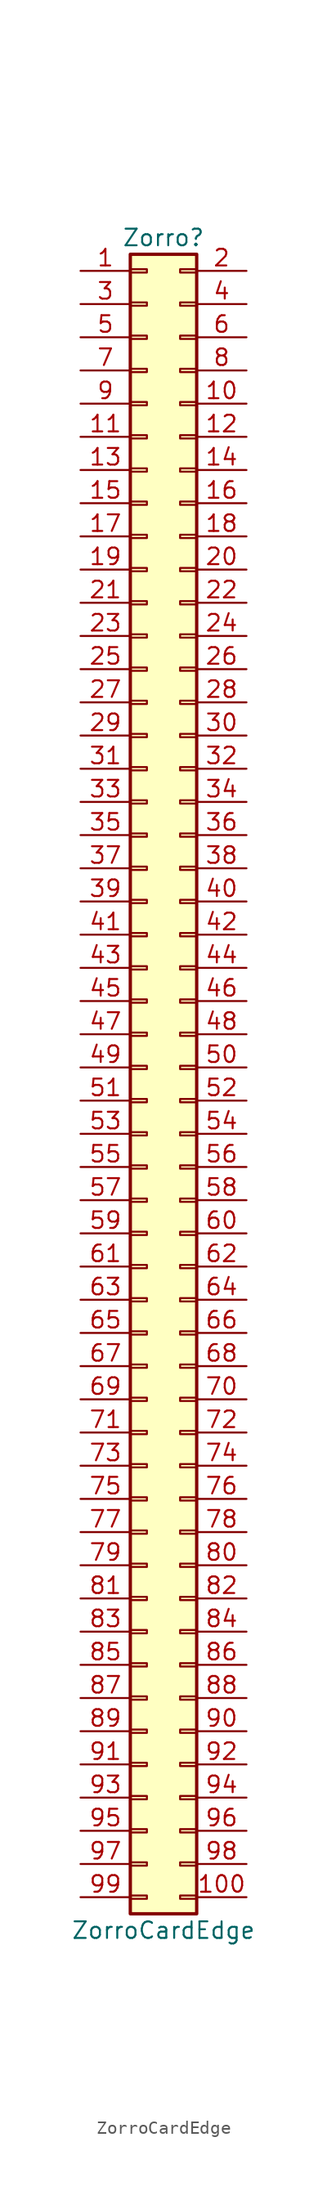
<source format=kicad_sym>
(kicad_symbol_lib
  (version 20220914)
  (generator kicad_symbol_editor)
  (symbol "ZorroCardEdge"
    (pin_names
      (offset 1.016) hide)
    (property "Reference" "Zorro"
      (at 1.27 48.26 0)
      (effects (font (size 1.27 1.27))))
    (property "Value" "ZorroCardEdge"
      (at 1.27 -81.28 0)
      (effects (font (size 1.27 1.27))))
    (symbol "ZorroCardEdge_0_1"
      (rectangle (start -1.27 -78.613) (end 0 -78.867) (stroke (width 0.152) (type solid)) (fill (type none)))
      (rectangle (start -1.27 -76.073) (end 0 -76.327) (stroke (width 0.152) (type solid)) (fill (type none)))
      (rectangle (start -1.27 -73.533) (end 0 -73.787) (stroke (width 0.152) (type solid)) (fill (type none)))
      (rectangle (start -1.27 -70.993) (end 0 -71.247) (stroke (width 0.152) (type solid)) (fill (type none)))
      (rectangle (start -1.27 -68.453) (end 0 -68.707) (stroke (width 0.152) (type solid)) (fill (type none)))
      (rectangle (start -1.27 -65.913) (end 0 -66.167) (stroke (width 0.152) (type solid)) (fill (type none)))
      (rectangle (start -1.27 -63.373) (end 0 -63.627) (stroke (width 0.152) (type solid)) (fill (type none)))
      (rectangle (start -1.27 -60.833) (end 0 -61.087) (stroke (width 0.152) (type solid)) (fill (type none)))
      (rectangle (start -1.27 -58.293) (end 0 -58.547) (stroke (width 0.152) (type solid)) (fill (type none)))
      (rectangle (start -1.27 -55.753) (end 0 -56.007) (stroke (width 0.152) (type solid)) (fill (type none)))
      (rectangle (start -1.27 -53.213) (end 0 -53.467) (stroke (width 0.152) (type solid)) (fill (type none)))
      (rectangle (start -1.27 -50.673) (end 0 -50.927) (stroke (width 0.152) (type solid)) (fill (type none)))
      (rectangle (start 3.81 -78.613) (end 2.54 -78.867) (stroke (width 0.152) (type solid)) (fill (type none)))
      (rectangle (start 3.81 -76.073) (end 2.54 -76.327) (stroke (width 0.152) (type solid)) (fill (type none)))
      (rectangle (start 3.81 -73.533) (end 2.54 -73.787) (stroke (width 0.152) (type solid)) (fill (type none)))
      (rectangle (start 3.81 -70.993) (end 2.54 -71.247) (stroke (width 0.152) (type solid)) (fill (type none)))
      (rectangle (start 3.81 -68.453) (end 2.54 -68.707) (stroke (width 0.152) (type solid)) (fill (type none)))
      (rectangle (start 3.81 -65.913) (end 2.54 -66.167) (stroke (width 0.152) (type solid)) (fill (type none)))
      (rectangle (start 3.81 -63.373) (end 2.54 -63.627) (stroke (width 0.152) (type solid)) (fill (type none)))
      (rectangle (start 3.81 -60.833) (end 2.54 -61.087) (stroke (width 0.152) (type solid)) (fill (type none)))
      (rectangle (start 3.81 -58.293) (end 2.54 -58.547) (stroke (width 0.152) (type solid)) (fill (type none)))
      (rectangle (start 3.81 -56.007) (end 2.54 -55.753) (stroke (width 0.152) (type solid)) (fill (type none)))
      (rectangle (start 3.81 -53.467) (end 2.54 -53.213) (stroke (width 0.152) (type solid)) (fill (type none)))
      (rectangle (start 3.81 -50.927) (end 2.54 -50.673) (stroke (width 0.152) (type solid)) (fill (type none)))
      (rectangle (start 3.81 -45.847) (end 2.54 -45.593) (stroke (width 0.152) (type solid)) (fill (type none))))
    (symbol "ZorroCardEdge_1_1"
      (rectangle (start -1.27 -48.133) (end 0 -48.387) (stroke (width 0.152) (type solid)) (fill (type none)))
      (rectangle (start -1.27 -45.593) (end 0 -45.847) (stroke (width 0.152) (type solid)) (fill (type none)))
      (rectangle (start -1.27 -43.053) (end 0 -43.307) (stroke (width 0.152) (type solid)) (fill (type none)))
      (rectangle (start -1.27 -40.513) (end 0 -40.767) (stroke (width 0.152) (type solid)) (fill (type none)))
      (rectangle (start -1.27 -37.973) (end 0 -38.227) (stroke (width 0.152) (type solid)) (fill (type none)))
      (rectangle (start -1.27 -35.433) (end 0 -35.687) (stroke (width 0.152) (type solid)) (fill (type none)))
      (rectangle (start -1.27 -32.893) (end 0 -33.147) (stroke (width 0.152) (type solid)) (fill (type none)))
      (rectangle (start -1.27 -30.353) (end 0 -30.607) (stroke (width 0.152) (type solid)) (fill (type none)))
      (rectangle (start -1.27 -27.813) (end 0 -28.067) (stroke (width 0.152) (type solid)) (fill (type none)))
      (rectangle (start -1.27 -25.273) (end 0 -25.527) (stroke (width 0.152) (type solid)) (fill (type none)))
      (rectangle (start -1.27 -22.733) (end 0 -22.987) (stroke (width 0.152) (type solid)) (fill (type none)))
      (rectangle (start -1.27 -20.193) (end 0 -20.447) (stroke (width 0.152) (type solid)) (fill (type none)))
      (rectangle (start -1.27 -17.653) (end 0 -17.907) (stroke (width 0.152) (type solid)) (fill (type none)))
      (rectangle (start -1.27 -15.113) (end 0 -15.367) (stroke (width 0.152) (type solid)) (fill (type none)))
      (rectangle (start -1.27 -12.573) (end 0 -12.827) (stroke (width 0.152) (type solid)) (fill (type none)))
      (rectangle (start -1.27 -10.033) (end 0 -10.287) (stroke (width 0.152) (type solid)) (fill (type none)))
      (rectangle (start -1.27 -7.493) (end 0 -7.747) (stroke (width 0.152) (type solid)) (fill (type none)))
      (rectangle (start -1.27 -4.953) (end 0 -5.207) (stroke (width 0.152) (type solid)) (fill (type none)))
      (rectangle (start -1.27 -2.413) (end 0 -2.667) (stroke (width 0.152) (type solid)) (fill (type none)))
      (rectangle (start -1.27 0.127) (end 0 -0.127) (stroke (width 0.152) (type solid)) (fill (type none)))
      (rectangle (start -1.27 2.667) (end 0 2.413) (stroke (width 0.152) (type solid)) (fill (type none)))
      (rectangle (start -1.27 5.207) (end 0 4.953) (stroke (width 0.152) (type solid)) (fill (type none)))
      (rectangle (start -1.27 7.747) (end 0 7.493) (stroke (width 0.152) (type solid)) (fill (type none)))
      (rectangle (start -1.27 10.287) (end 0 10.033) (stroke (width 0.152) (type solid)) (fill (type none)))
      (rectangle (start -1.27 12.827) (end 0 12.573) (stroke (width 0.152) (type solid)) (fill (type none)))
      (rectangle (start -1.27 15.367) (end 0 15.113) (stroke (width 0.152) (type solid)) (fill (type none)))
      (rectangle (start -1.27 17.907) (end 0 17.653) (stroke (width 0.152) (type solid)) (fill (type none)))
      (rectangle (start -1.27 20.447) (end 0 20.193) (stroke (width 0.152) (type solid)) (fill (type none)))
      (rectangle (start -1.27 22.987) (end 0 22.733) (stroke (width 0.152) (type solid)) (fill (type none)))
      (rectangle (start -1.27 25.527) (end 0 25.273) (stroke (width 0.152) (type solid)) (fill (type none)))
      (rectangle (start -1.27 28.067) (end 0 27.813) (stroke (width 0.152) (type solid)) (fill (type none)))
      (rectangle (start -1.27 30.607) (end 0 30.353) (stroke (width 0.152) (type solid)) (fill (type none)))
      (rectangle (start -1.27 33.147) (end 0 32.893) (stroke (width 0.152) (type solid)) (fill (type none)))
      (rectangle (start -1.27 35.687) (end 0 35.433) (stroke (width 0.152) (type solid)) (fill (type none)))
      (rectangle (start -1.27 38.227) (end 0 37.973) (stroke (width 0.152) (type solid)) (fill (type none)))
      (rectangle (start -1.27 40.767) (end 0 40.513) (stroke (width 0.152) (type solid)) (fill (type none)))
      (rectangle (start -1.27 43.307) (end 0 43.053) (stroke (width 0.152) (type solid)) (fill (type none)))
      (rectangle (start -1.27 45.847) (end 0 45.593) (stroke (width 0.152) (type solid)) (fill (type none)))
      (rectangle (start -1.27 46.99) (end 3.81 -80.01) (stroke (width 0.254) (type solid)) (fill (type background)))
      (rectangle (start 3.81 -48.133) (end 2.54 -48.387) (stroke (width 0.152) (type solid)) (fill (type none)))
      (rectangle (start 3.81 -43.053) (end 2.54 -43.307) (stroke (width 0.152) (type solid)) (fill (type none)))
      (rectangle (start 3.81 -40.513) (end 2.54 -40.767) (stroke (width 0.152) (type solid)) (fill (type none)))
      (rectangle (start 3.81 -37.973) (end 2.54 -38.227) (stroke (width 0.152) (type solid)) (fill (type none)))
      (rectangle (start 3.81 -35.433) (end 2.54 -35.687) (stroke (width 0.152) (type solid)) (fill (type none)))
      (rectangle (start 3.81 -32.893) (end 2.54 -33.147) (stroke (width 0.152) (type solid)) (fill (type none)))
      (rectangle (start 3.81 -30.353) (end 2.54 -30.607) (stroke (width 0.152) (type solid)) (fill (type none)))
      (rectangle (start 3.81 -27.813) (end 2.54 -28.067) (stroke (width 0.152) (type solid)) (fill (type none)))
      (rectangle (start 3.81 -25.273) (end 2.54 -25.527) (stroke (width 0.152) (type solid)) (fill (type none)))
      (rectangle (start 3.81 -22.733) (end 2.54 -22.987) (stroke (width 0.152) (type solid)) (fill (type none)))
      (rectangle (start 3.81 -20.193) (end 2.54 -20.447) (stroke (width 0.152) (type solid)) (fill (type none)))
      (rectangle (start 3.81 -17.653) (end 2.54 -17.907) (stroke (width 0.152) (type solid)) (fill (type none)))
      (rectangle (start 3.81 -15.113) (end 2.54 -15.367) (stroke (width 0.152) (type solid)) (fill (type none)))
      (rectangle (start 3.81 -12.573) (end 2.54 -12.827) (stroke (width 0.152) (type solid)) (fill (type none)))
      (rectangle (start 3.81 -10.033) (end 2.54 -10.287) (stroke (width 0.152) (type solid)) (fill (type none)))
      (rectangle (start 3.81 -7.493) (end 2.54 -7.747) (stroke (width 0.152) (type solid)) (fill (type none)))
      (rectangle (start 3.81 -4.953) (end 2.54 -5.207) (stroke (width 0.152) (type solid)) (fill (type none)))
      (rectangle (start 3.81 -2.413) (end 2.54 -2.667) (stroke (width 0.152) (type solid)) (fill (type none)))
      (rectangle (start 3.81 0.127) (end 2.54 -0.127) (stroke (width 0.152) (type solid)) (fill (type none)))
      (rectangle (start 3.81 2.667) (end 2.54 2.413) (stroke (width 0.152) (type solid)) (fill (type none)))
      (rectangle (start 3.81 5.207) (end 2.54 4.953) (stroke (width 0.152) (type solid)) (fill (type none)))
      (rectangle (start 3.81 7.747) (end 2.54 7.493) (stroke (width 0.152) (type solid)) (fill (type none)))
      (rectangle (start 3.81 10.287) (end 2.54 10.033) (stroke (width 0.152) (type solid)) (fill (type none)))
      (rectangle (start 3.81 12.827) (end 2.54 12.573) (stroke (width 0.152) (type solid)) (fill (type none)))
      (rectangle (start 3.81 15.367) (end 2.54 15.113) (stroke (width 0.152) (type solid)) (fill (type none)))
      (rectangle (start 3.81 17.907) (end 2.54 17.653) (stroke (width 0.152) (type solid)) (fill (type none)))
      (rectangle (start 3.81 20.447) (end 2.54 20.193) (stroke (width 0.152) (type solid)) (fill (type none)))
      (rectangle (start 3.81 22.987) (end 2.54 22.733) (stroke (width 0.152) (type solid)) (fill (type none)))
      (rectangle (start 3.81 25.527) (end 2.54 25.273) (stroke (width 0.152) (type solid)) (fill (type none)))
      (rectangle (start 3.81 28.067) (end 2.54 27.813) (stroke (width 0.152) (type solid)) (fill (type none)))
      (rectangle (start 3.81 30.607) (end 2.54 30.353) (stroke (width 0.152) (type solid)) (fill (type none)))
      (rectangle (start 3.81 33.147) (end 2.54 32.893) (stroke (width 0.152) (type solid)) (fill (type none)))
      (rectangle (start 3.81 35.687) (end 2.54 35.433) (stroke (width 0.152) (type solid)) (fill (type none)))
      (rectangle (start 3.81 38.227) (end 2.54 37.973) (stroke (width 0.152) (type solid)) (fill (type none)))
      (rectangle (start 3.81 40.767) (end 2.54 40.513) (stroke (width 0.152) (type solid)) (fill (type none)))
      (rectangle (start 3.81 43.307) (end 2.54 43.053) (stroke (width 0.152) (type solid)) (fill (type none)))
      (rectangle (start 3.81 45.847) (end 2.54 45.593) (stroke (width 0.152) (type solid)) (fill (type none)))
      (pin power_in line (at -5.08 45.72 0) (length 3.81) (name "GND" (effects (font (size 1.27 1.27)))) (number "1" (effects (font (size 1.27 1.27)))))
      (pin power_in line (at 7.62 35.56 180) (length 3.81) (name "Pin_10" (effects (font (size 1.27 1.27)))) (number "10" (effects (font (size 1.27 1.27)))))
      (pin power_in line (at 7.62 -78.74 180) (length 3.81) (name "Pin100" (effects (font (size 1.27 1.27)))) (number "100" (effects (font (size 1.27 1.27)))))
      (pin output line (at -5.08 33.02 0) (length 3.81) (name "Pin_11" (effects (font (size 1.27 1.27)))) (number "11" (effects (font (size 1.27 1.27)))))
      (pin input line (at 7.62 33.02 180) (length 3.81) (name "Pin_12" (effects (font (size 1.27 1.27)))) (number "12" (effects (font (size 1.27 1.27)))))
      (pin power_in line (at -5.08 30.48 0) (length 3.81) (name "Pin_13" (effects (font (size 1.27 1.27)))) (number "13" (effects (font (size 1.27 1.27)))))
      (pin input line (at 7.62 30.48 180) (length 3.81) (name "Pin_14" (effects (font (size 1.27 1.27)))) (number "14" (effects (font (size 1.27 1.27)))))
      (pin input line (at -5.08 27.94 0) (length 3.81) (name "Pin_15" (effects (font (size 1.27 1.27)))) (number "15" (effects (font (size 1.27 1.27)))))
      (pin input line (at 7.62 27.94 180) (length 3.81) (name "Pin_16" (effects (font (size 1.27 1.27)))) (number "16" (effects (font (size 1.27 1.27)))))
      (pin output line (at -5.08 25.4 0) (length 3.81) (name "Pin_17" (effects (font (size 1.27 1.27)))) (number "17" (effects (font (size 1.27 1.27)))))
      (pin output line (at 7.62 25.4 180) (length 3.81) (name "Pin_18" (effects (font (size 1.27 1.27)))) (number "18" (effects (font (size 1.27 1.27)))))
      (pin output line (at -5.08 22.86 0) (length 3.81) (name "Pin_19" (effects (font (size 1.27 1.27)))) (number "19" (effects (font (size 1.27 1.27)))))
      (pin power_in line (at 7.62 45.72 180) (length 3.81) (name "GND" (effects (font (size 1.27 1.27)))) (number "2" (effects (font (size 1.27 1.27)))))
      (pin power_in line (at 7.62 22.86 180) (length 3.81) (name "Pin_20" (effects (font (size 1.27 1.27)))) (number "20" (effects (font (size 1.27 1.27)))))
      (pin bidirectional line (at -5.08 20.32 0) (length 3.81) (name "Pin_21" (effects (font (size 1.27 1.27)))) (number "21" (effects (font (size 1.27 1.27)))))
      (pin output line (at 7.62 20.32 180) (length 3.81) (name "Pin_22" (effects (font (size 1.27 1.27)))) (number "22" (effects (font (size 1.27 1.27)))))
      (pin bidirectional line (at -5.08 17.78 0) (length 3.81) (name "Pin_23" (effects (font (size 1.27 1.27)))) (number "23" (effects (font (size 1.27 1.27)))))
      (pin bidirectional line (at 7.62 17.78 180) (length 3.81) (name "Pin_24" (effects (font (size 1.27 1.27)))) (number "24" (effects (font (size 1.27 1.27)))))
      (pin power_out line (at -5.08 15.24 0) (length 3.81) (name "Pin_25" (effects (font (size 1.27 1.27)))) (number "25" (effects (font (size 1.27 1.27)))))
      (pin bidirectional line (at 7.62 15.24 180) (length 3.81) (name "Pin_26" (effects (font (size 1.27 1.27)))) (number "26" (effects (font (size 1.27 1.27)))))
      (pin bidirectional line (at -5.08 12.7 0) (length 3.81) (name "Pin_27" (effects (font (size 1.27 1.27)))) (number "27" (effects (font (size 1.27 1.27)))))
      (pin bidirectional line (at 7.62 12.7 180) (length 3.81) (name "Pin_28" (effects (font (size 1.27 1.27)))) (number "28" (effects (font (size 1.27 1.27)))))
      (pin bidirectional line (at -5.08 10.16 0) (length 3.81) (name "Pin_29" (effects (font (size 1.27 1.27)))) (number "29" (effects (font (size 1.27 1.27)))))
      (pin power_in line (at -5.08 43.18 0) (length 3.81) (name "GND" (effects (font (size 1.27 1.27)))) (number "3" (effects (font (size 1.27 1.27)))))
      (pin bidirectional line (at 7.62 10.16 180) (length 3.81) (name "Pin_30" (effects (font (size 1.27 1.27)))) (number "30" (effects (font (size 1.27 1.27)))))
      (pin bidirectional line (at -5.08 7.62 0) (length 3.81) (name "Pin_31" (effects (font (size 1.27 1.27)))) (number "31" (effects (font (size 1.27 1.27)))))
      (pin bidirectional line (at 7.62 7.62 180) (length 3.81) (name "Pin_32" (effects (font (size 1.27 1.27)))) (number "32" (effects (font (size 1.27 1.27)))))
      (pin bidirectional line (at -5.08 5.08 0) (length 3.81) (name "Pin_33" (effects (font (size 1.27 1.27)))) (number "33" (effects (font (size 1.27 1.27)))))
      (pin bidirectional line (at 7.62 5.08 180) (length 3.81) (name "Pin_34" (effects (font (size 1.27 1.27)))) (number "34" (effects (font (size 1.27 1.27)))))
      (pin bidirectional line (at -5.08 2.54 0) (length 3.81) (name "Pin_35" (effects (font (size 1.27 1.27)))) (number "35" (effects (font (size 1.27 1.27)))))
      (pin bidirectional line (at 7.62 2.54 180) (length 3.81) (name "Pin_36" (effects (font (size 1.27 1.27)))) (number "36" (effects (font (size 1.27 1.27)))))
      (pin power_in line (at -5.08 0 0) (length 3.81) (name "Pin_37" (effects (font (size 1.27 1.27)))) (number "37" (effects (font (size 1.27 1.27)))))
      (pin bidirectional line (at 7.62 0 180) (length 3.81) (name "Pin_38" (effects (font (size 1.27 1.27)))) (number "38" (effects (font (size 1.27 1.27)))))
      (pin bidirectional line (at -5.08 -2.54 0) (length 3.81) (name "Pin_39" (effects (font (size 1.27 1.27)))) (number "39" (effects (font (size 1.27 1.27)))))
      (pin power_in line (at 7.62 43.18 180) (length 3.81) (name "GND" (effects (font (size 1.27 1.27)))) (number "4" (effects (font (size 1.27 1.27)))))
      (pin output line (at 7.62 -2.54 180) (length 3.81) (name "Pin_40" (effects (font (size 1.27 1.27)))) (number "40" (effects (font (size 1.27 1.27)))))
      (pin bidirectional line (at -5.08 -5.08 0) (length 3.81) (name "Pin_41" (effects (font (size 1.27 1.27)))) (number "41" (effects (font (size 1.27 1.27)))))
      (pin output line (at 7.62 -5.08 180) (length 3.81) (name "Pin_42" (effects (font (size 1.27 1.27)))) (number "42" (effects (font (size 1.27 1.27)))))
      (pin bidirectional line (at -5.08 -7.62 0) (length 3.81) (name "Pin_43" (effects (font (size 1.27 1.27)))) (number "43" (effects (font (size 1.27 1.27)))))
      (pin output line (at 7.62 -7.62 180) (length 3.81) (name "Pin_44" (effects (font (size 1.27 1.27)))) (number "44" (effects (font (size 1.27 1.27)))))
      (pin bidirectional line (at -5.08 -10.16 0) (length 3.81) (name "Pin_45" (effects (font (size 1.27 1.27)))) (number "45" (effects (font (size 1.27 1.27)))))
      (pin bidirectional line (at 7.62 -10.16 180) (length 3.81) (name "Pin_46" (effects (font (size 1.27 1.27)))) (number "46" (effects (font (size 1.27 1.27)))))
      (pin bidirectional line (at -5.08 -12.7 0) (length 3.81) (name "Pin_47" (effects (font (size 1.27 1.27)))) (number "47" (effects (font (size 1.27 1.27)))))
      (pin input line (at 7.62 -12.7 180) (length 3.81) (name "Pin_48" (effects (font (size 1.27 1.27)))) (number "48" (effects (font (size 1.27 1.27)))))
      (pin power_in line (at -5.08 -15.24 0) (length 3.81) (name "Pin_49" (effects (font (size 1.27 1.27)))) (number "49" (effects (font (size 1.27 1.27)))))
      (pin power_in line (at -5.08 40.64 0) (length 3.81) (name "+5V" (effects (font (size 1.27 1.27)))) (number "5" (effects (font (size 1.27 1.27)))))
      (pin input line (at 7.62 -15.24 180) (length 3.81) (name "Pin_50" (effects (font (size 1.27 1.27)))) (number "50" (effects (font (size 1.27 1.27)))))
      (pin bidirectional line (at -5.08 -17.78 0) (length 3.81) (name "Pin_51" (effects (font (size 1.27 1.27)))) (number "51" (effects (font (size 1.27 1.27)))))
      (pin bidirectional line (at 7.62 -17.78 180) (length 3.81) (name "Pin_52" (effects (font (size 1.27 1.27)))) (number "52" (effects (font (size 1.27 1.27)))))
      (pin bidirectional line (at -5.08 -20.32 0) (length 3.81) (name "Pin_53" (effects (font (size 1.27 1.27)))) (number "53" (effects (font (size 1.27 1.27)))))
      (pin bidirectional line (at 7.62 -20.32 180) (length 3.81) (name "Pin_54" (effects (font (size 1.27 1.27)))) (number "54" (effects (font (size 1.27 1.27)))))
      (pin bidirectional line (at -5.08 -22.86 0) (length 3.81) (name "Pin_55" (effects (font (size 1.27 1.27)))) (number "55" (effects (font (size 1.27 1.27)))))
      (pin bidirectional line (at 7.62 -22.86 180) (length 3.81) (name "Pin_56" (effects (font (size 1.27 1.27)))) (number "56" (effects (font (size 1.27 1.27)))))
      (pin bidirectional line (at -5.08 -25.4 0) (length 3.81) (name "Pin_57" (effects (font (size 1.27 1.27)))) (number "57" (effects (font (size 1.27 1.27)))))
      (pin bidirectional line (at 7.62 -25.4 180) (length 3.81) (name "Pin_58" (effects (font (size 1.27 1.27)))) (number "58" (effects (font (size 1.27 1.27)))))
      (pin bidirectional line (at -5.08 -27.94 0) (length 3.81) (name "Pin_59" (effects (font (size 1.27 1.27)))) (number "59" (effects (font (size 1.27 1.27)))))
      (pin power_in line (at 7.62 40.64 180) (length 3.81) (name "+5V" (effects (font (size 1.27 1.27)))) (number "6" (effects (font (size 1.27 1.27)))))
      (pin input line (at 7.62 -27.94 180) (length 3.81) (name "Pin_60" (effects (font (size 1.27 1.27)))) (number "60" (effects (font (size 1.27 1.27)))))
      (pin power_in line (at -5.08 -30.48 0) (length 3.81) (name "Pin_61" (effects (font (size 1.27 1.27)))) (number "61" (effects (font (size 1.27 1.27)))))
      (pin output line (at 7.62 -30.48 180) (length 3.81) (name "Pin_62" (effects (font (size 1.27 1.27)))) (number "62" (effects (font (size 1.27 1.27)))))
      (pin bidirectional line (at -5.08 -33.02 0) (length 3.81) (name "Pin_63" (effects (font (size 1.27 1.27)))) (number "63" (effects (font (size 1.27 1.27)))))
      (pin output line (at 7.62 -33.02 180) (length 3.81) (name "Pin_64" (effects (font (size 1.27 1.27)))) (number "64" (effects (font (size 1.27 1.27)))))
      (pin bidirectional line (at -5.08 -35.56 0) (length 3.81) (name "Pin_65" (effects (font (size 1.27 1.27)))) (number "65" (effects (font (size 1.27 1.27)))))
      (pin bidirectional line (at 7.62 -35.56 180) (length 3.81) (name "Pin_66" (effects (font (size 1.27 1.27)))) (number "66" (effects (font (size 1.27 1.27)))))
      (pin bidirectional line (at -5.08 -38.1 0) (length 3.81) (name "Pin_67" (effects (font (size 1.27 1.27)))) (number "67" (effects (font (size 1.27 1.27)))))
      (pin bidirectional line (at 7.62 -38.1 180) (length 3.81) (name "Pin_68" (effects (font (size 1.27 1.27)))) (number "68" (effects (font (size 1.27 1.27)))))
      (pin bidirectional line (at -5.08 -40.64 0) (length 3.81) (name "Pin_69" (effects (font (size 1.27 1.27)))) (number "69" (effects (font (size 1.27 1.27)))))
      (pin output line (at -5.08 38.1 0) (length 3.81) (name "Pin_7" (effects (font (size 1.27 1.27)))) (number "7" (effects (font (size 1.27 1.27)))))
      (pin bidirectional line (at 7.62 -40.64 180) (length 3.81) (name "Pin_70" (effects (font (size 1.27 1.27)))) (number "70" (effects (font (size 1.27 1.27)))))
      (pin bidirectional line (at -5.08 -43.18 0) (length 3.81) (name "Pin_71" (effects (font (size 1.27 1.27)))) (number "71" (effects (font (size 1.27 1.27)))))
      (pin bidirectional line (at 7.62 -43.18 180) (length 3.81) (name "_BUDS" (effects (font (size 1.27 1.27)))) (number "72" (effects (font (size 1.27 1.27)))))
      (pin power_in line (at -5.08 -45.72 0) (length 3.81) (name "Pin_73" (effects (font (size 1.27 1.27)))) (number "73" (effects (font (size 1.27 1.27)))))
      (pin bidirectional line (at 7.62 -45.72 180) (length 3.81) (name "Pin_74" (effects (font (size 1.27 1.27)))) (number "74" (effects (font (size 1.27 1.27)))))
      (pin bidirectional line (at -5.08 -48.26 0) (length 3.81) (name "Pin_75" (effects (font (size 1.27 1.27)))) (number "75" (effects (font (size 1.27 1.27)))))
      (pin bidirectional line (at 7.62 -48.26 180) (length 3.81) (name "Pin76" (effects (font (size 1.27 1.27)))) (number "76" (effects (font (size 1.27 1.27)))))
      (pin bidirectional line (at -5.08 -50.8 0) (length 3.81) (name "Pin77" (effects (font (size 1.27 1.27)))) (number "77" (effects (font (size 1.27 1.27)))))
      (pin bidirectional line (at 7.62 -50.8 180) (length 3.81) (name "Pin78" (effects (font (size 1.27 1.27)))) (number "78" (effects (font (size 1.27 1.27)))))
      (pin bidirectional line (at -5.08 -53.34 0) (length 3.81) (name "Pin79" (effects (font (size 1.27 1.27)))) (number "79" (effects (font (size 1.27 1.27)))))
      (pin power_in line (at 7.62 38.1 180) (length 3.81) (name "Pin_8" (effects (font (size 1.27 1.27)))) (number "8" (effects (font (size 1.27 1.27)))))
      (pin bidirectional line (at 7.62 -53.34 180) (length 3.81) (name "Pin80" (effects (font (size 1.27 1.27)))) (number "80" (effects (font (size 1.27 1.27)))))
      (pin bidirectional line (at -5.08 -55.88 0) (length 3.81) (name "Pin81" (effects (font (size 1.27 1.27)))) (number "81" (effects (font (size 1.27 1.27)))))
      (pin bidirectional line (at 7.62 -55.88 180) (length 3.81) (name "Pin82" (effects (font (size 1.27 1.27)))) (number "82" (effects (font (size 1.27 1.27)))))
      (pin bidirectional line (at -5.08 -58.42 0) (length 3.81) (name "Pin83" (effects (font (size 1.27 1.27)))) (number "83" (effects (font (size 1.27 1.27)))))
      (pin bidirectional line (at 7.62 -58.42 180) (length 3.81) (name "Pin84" (effects (font (size 1.27 1.27)))) (number "84" (effects (font (size 1.27 1.27)))))
      (pin power_in line (at -5.08 -60.96 0) (length 3.81) (name "Pin85" (effects (font (size 1.27 1.27)))) (number "85" (effects (font (size 1.27 1.27)))))
      (pin bidirectional line (at 7.62 -60.96 180) (length 3.81) (name "Pin86" (effects (font (size 1.27 1.27)))) (number "86" (effects (font (size 1.27 1.27)))))
      (pin power_in line (at -5.08 -63.5 0) (length 3.81) (name "Pin87" (effects (font (size 1.27 1.27)))) (number "87" (effects (font (size 1.27 1.27)))))
      (pin power_in line (at 7.62 -63.5 180) (length 3.81) (name "Pin88" (effects (font (size 1.27 1.27)))) (number "88" (effects (font (size 1.27 1.27)))))
      (pin power_in line (at -5.08 -66.04 0) (length 3.81) (name "Pin89" (effects (font (size 1.27 1.27)))) (number "89" (effects (font (size 1.27 1.27)))))
      (pin output line (at -5.08 35.56 0) (length 3.81) (name "Pin_9" (effects (font (size 1.27 1.27)))) (number "9" (effects (font (size 1.27 1.27)))))
      (pin power_in line (at 7.62 -66.04 180) (length 3.81) (name "Pin90" (effects (font (size 1.27 1.27)))) (number "90" (effects (font (size 1.27 1.27)))))
      (pin power_in line (at -5.08 -68.58 0) (length 3.81) (name "Pin91" (effects (font (size 1.27 1.27)))) (number "91" (effects (font (size 1.27 1.27)))))
      (pin input line (at 7.62 -68.58 180) (length 3.81) (name "Pin92" (effects (font (size 1.27 1.27)))) (number "92" (effects (font (size 1.27 1.27)))))
      (pin input line (at -5.08 -71.12 0) (length 3.81) (name "Pin93" (effects (font (size 1.27 1.27)))) (number "93" (effects (font (size 1.27 1.27)))))
      (pin input line (at 7.62 -71.12 180) (length 3.81) (name "Pin94" (effects (font (size 1.27 1.27)))) (number "94" (effects (font (size 1.27 1.27)))))
      (pin input line (at -5.08 -73.66 0) (length 3.81) (name "Pin95" (effects (font (size 1.27 1.27)))) (number "95" (effects (font (size 1.27 1.27)))))
      (pin output line (at 7.62 -73.66 180) (length 3.81) (name "Pin96" (effects (font (size 1.27 1.27)))) (number "96" (effects (font (size 1.27 1.27)))))
      (pin passive line (at -5.08 -76.2 0) (length 3.81) (name "Pin97" (effects (font (size 1.27 1.27)))) (number "97" (effects (font (size 1.27 1.27)))))
      (pin passive line (at 7.62 -76.2 180) (length 3.81) (name "Pin98" (effects (font (size 1.27 1.27)))) (number "98" (effects (font (size 1.27 1.27)))))
      (pin power_in line (at -5.08 -78.74 0) (length 3.81) (name "Pin99" (effects (font (size 1.27 1.27)))) (number "99" (effects (font (size 1.27 1.27))))))))
</source>
